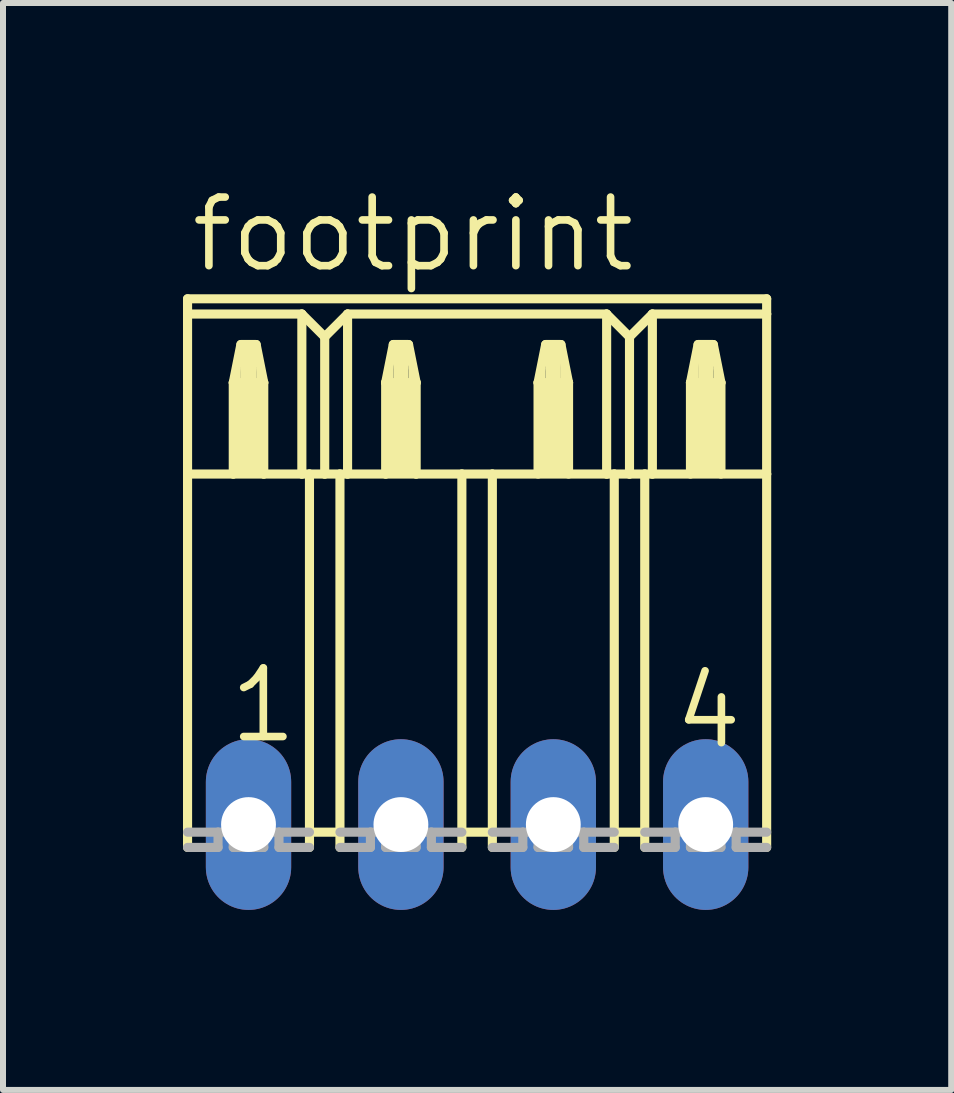
<source format=kicad_pcb>
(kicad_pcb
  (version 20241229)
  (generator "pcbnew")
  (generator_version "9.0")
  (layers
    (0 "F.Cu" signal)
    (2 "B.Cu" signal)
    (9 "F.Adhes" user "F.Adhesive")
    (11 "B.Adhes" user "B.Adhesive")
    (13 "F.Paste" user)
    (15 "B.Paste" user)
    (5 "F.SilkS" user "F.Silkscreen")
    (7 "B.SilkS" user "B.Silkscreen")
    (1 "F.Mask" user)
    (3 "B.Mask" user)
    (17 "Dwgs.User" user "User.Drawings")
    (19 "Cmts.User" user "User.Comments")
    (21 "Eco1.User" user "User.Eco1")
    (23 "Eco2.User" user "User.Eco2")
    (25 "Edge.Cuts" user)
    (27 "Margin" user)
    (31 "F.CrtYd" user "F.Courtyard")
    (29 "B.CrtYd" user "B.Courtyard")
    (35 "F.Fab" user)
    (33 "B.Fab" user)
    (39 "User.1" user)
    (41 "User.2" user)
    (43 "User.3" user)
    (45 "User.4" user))
  (footprint "footprint"
    (layer "F.Cu")
    (at 4.902 10.693)
    (property "Reference" "footprint" (at -4.826 -9.169 0) (layer "F.SilkS") (effects (font (size 1.143 1.143) (thickness 0.127)) (justify left bottom)))
    (fp_line (start -4.826 -8.763) (end -4.826 -8.509) (stroke (width 0.152) (type solid)) (layer "F.SilkS"))
    (fp_line (start -4.826 -8.763) (end 4.826 -8.763) (stroke (width 0.152) (type solid)) (layer "F.SilkS"))
    (fp_line (start -4.826 -8.509) (end -4.826 -5.842) (stroke (width 0.152) (type solid)) (layer "F.SilkS"))
    (fp_line (start -4.826 -8.509) (end -2.921 -8.509) (stroke (width 0.152) (type solid)) (layer "F.SilkS"))
    (fp_line (start -4.826 -5.842) (end -4.826 0.381) (stroke (width 0.152) (type solid)) (layer "F.SilkS"))
    (fp_line (start -4.826 -5.842) (end -4.064 -5.842) (stroke (width 0.152) (type solid)) (layer "F.SilkS"))
    (fp_line (start -4.064 -7.366) (end -4.064 -5.842) (stroke (width 0.152) (type solid)) (layer "F.SilkS"))
    (fp_line (start -4.064 -7.366) (end -3.937 -8.001) (stroke (width 0.152) (type solid)) (layer "F.SilkS"))
    (fp_line (start -4.064 -5.842) (end -3.556 -5.842) (stroke (width 0.152) (type solid)) (layer "F.SilkS"))
    (fp_line (start -3.937 -8.001) (end -3.683 -8.001) (stroke (width 0.152) (type solid)) (layer "F.SilkS"))
    (fp_line (start -3.683 -8.001) (end -3.556 -7.366) (stroke (width 0.152) (type solid)) (layer "F.SilkS"))
    (fp_line (start -3.556 -7.366) (end -4.064 -7.366) (stroke (width 0.152) (type solid)) (layer "F.SilkS"))
    (fp_line (start -3.556 -7.366) (end -3.556 -5.842) (stroke (width 0.152) (type solid)) (layer "F.SilkS"))
    (fp_line (start -3.556 -5.842) (end -2.921 -5.842) (stroke (width 0.152) (type solid)) (layer "F.SilkS"))
    (fp_line (start -2.921 -8.509) (end -2.921 -5.842) (stroke (width 0.152) (type solid)) (layer "F.SilkS"))
    (fp_line (start -2.921 -8.509) (end -2.54 -8.128) (stroke (width 0.152) (type solid)) (layer "F.SilkS"))
    (fp_line (start -2.921 -5.842) (end -2.794 -5.842) (stroke (width 0.152) (type solid)) (layer "F.SilkS"))
    (fp_line (start -2.794 -5.842) (end -2.794 0.127) (stroke (width 0.152) (type solid)) (layer "F.SilkS"))
    (fp_line (start -2.794 -5.842) (end -2.54 -5.842) (stroke (width 0.152) (type solid)) (layer "F.SilkS"))
    (fp_line (start -2.794 0.127) (end -2.794 0.381) (stroke (width 0.152) (type solid)) (layer "F.SilkS"))
    (fp_line (start -2.54 -8.128) (end -2.54 -5.842) (stroke (width 0.152) (type solid)) (layer "F.SilkS"))
    (fp_line (start -2.54 -8.128) (end -2.159 -8.509) (stroke (width 0.152) (type solid)) (layer "F.SilkS"))
    (fp_line (start -2.54 -5.842) (end -2.286 -5.842) (stroke (width 0.152) (type solid)) (layer "F.SilkS"))
    (fp_line (start -2.286 -5.842) (end -2.286 0.127) (stroke (width 0.152) (type solid)) (layer "F.SilkS"))
    (fp_line (start -2.286 -5.842) (end -2.159 -5.842) (stroke (width 0.152) (type solid)) (layer "F.SilkS"))
    (fp_line (start -2.286 0.127) (end -2.794 0.127) (stroke (width 0.152) (type solid)) (layer "F.SilkS"))
    (fp_line (start -2.286 0.127) (end -2.286 0.381) (stroke (width 0.152) (type solid)) (layer "F.SilkS"))
    (fp_line (start -2.159 -8.509) (end -2.159 -5.842) (stroke (width 0.152) (type solid)) (layer "F.SilkS"))
    (fp_line (start -2.159 -8.509) (end 2.159 -8.509) (stroke (width 0.152) (type solid)) (layer "F.SilkS"))
    (fp_line (start -2.159 -5.842) (end -1.524 -5.842) (stroke (width 0.152) (type solid)) (layer "F.SilkS"))
    (fp_line (start -1.524 -7.366) (end -1.524 -5.842) (stroke (width 0.152) (type solid)) (layer "F.SilkS"))
    (fp_line (start -1.524 -7.366) (end -1.397 -8.001) (stroke (width 0.152) (type solid)) (layer "F.SilkS"))
    (fp_line (start -1.524 -5.842) (end -1.016 -5.842) (stroke (width 0.152) (type solid)) (layer "F.SilkS"))
    (fp_line (start -1.397 -8.001) (end -1.143 -8.001) (stroke (width 0.152) (type solid)) (layer "F.SilkS"))
    (fp_line (start -1.143 -8.001) (end -1.016 -7.366) (stroke (width 0.152) (type solid)) (layer "F.SilkS"))
    (fp_line (start -1.016 -7.366) (end -1.524 -7.366) (stroke (width 0.152) (type solid)) (layer "F.SilkS"))
    (fp_line (start -1.016 -7.366) (end -1.016 -5.842) (stroke (width 0.152) (type solid)) (layer "F.SilkS"))
    (fp_line (start -1.016 -5.842) (end -0.254 -5.842) (stroke (width 0.152) (type solid)) (layer "F.SilkS"))
    (fp_line (start -0.254 -5.842) (end -0.254 0.127) (stroke (width 0.152) (type solid)) (layer "F.SilkS"))
    (fp_line (start -0.254 -5.842) (end 0.254 -5.842) (stroke (width 0.152) (type solid)) (layer "F.SilkS"))
    (fp_line (start -0.254 0.127) (end -0.254 0.381) (stroke (width 0.152) (type solid)) (layer "F.SilkS"))
    (fp_line (start 0.254 -5.842) (end 0.254 0.127) (stroke (width 0.152) (type solid)) (layer "F.SilkS"))
    (fp_line (start 0.254 -5.842) (end 2.159 -5.842) (stroke (width 0.152) (type solid)) (layer "F.SilkS"))
    (fp_line (start 0.254 0.127) (end -0.254 0.127) (stroke (width 0.152) (type solid)) (layer "F.SilkS"))
    (fp_line (start 0.254 0.127) (end 0.254 0.381) (stroke (width 0.152) (type solid)) (layer "F.SilkS"))
    (fp_line (start 1.016 -7.366) (end 1.016 -5.842) (stroke (width 0.152) (type solid)) (layer "F.SilkS"))
    (fp_line (start 1.016 -7.366) (end 1.143 -8.001) (stroke (width 0.152) (type solid)) (layer "F.SilkS"))
    (fp_line (start 1.143 -8.001) (end 1.397 -8.001) (stroke (width 0.152) (type solid)) (layer "F.SilkS"))
    (fp_line (start 1.397 -8.001) (end 1.524 -7.366) (stroke (width 0.152) (type solid)) (layer "F.SilkS"))
    (fp_line (start 1.524 -7.366) (end 1.016 -7.366) (stroke (width 0.152) (type solid)) (layer "F.SilkS"))
    (fp_line (start 1.524 -7.366) (end 1.524 -5.842) (stroke (width 0.152) (type solid)) (layer "F.SilkS"))
    (fp_line (start 2.159 -8.509) (end 2.159 -5.842) (stroke (width 0.152) (type solid)) (layer "F.SilkS"))
    (fp_line (start 2.159 -8.509) (end 2.54 -8.128) (stroke (width 0.152) (type solid)) (layer "F.SilkS"))
    (fp_line (start 2.159 -5.842) (end 2.286 -5.842) (stroke (width 0.152) (type solid)) (layer "F.SilkS"))
    (fp_line (start 2.286 -5.842) (end 2.286 0.127) (stroke (width 0.152) (type solid)) (layer "F.SilkS"))
    (fp_line (start 2.286 -5.842) (end 2.54 -5.842) (stroke (width 0.152) (type solid)) (layer "F.SilkS"))
    (fp_line (start 2.286 0.127) (end 2.286 0.381) (stroke (width 0.152) (type solid)) (layer "F.SilkS"))
    (fp_line (start 2.54 -8.128) (end 2.54 -5.842) (stroke (width 0.152) (type solid)) (layer "F.SilkS"))
    (fp_line (start 2.54 -8.128) (end 2.921 -8.509) (stroke (width 0.152) (type solid)) (layer "F.SilkS"))
    (fp_line (start 2.54 -5.842) (end 2.794 -5.842) (stroke (width 0.152) (type solid)) (layer "F.SilkS"))
    (fp_line (start 2.794 -5.842) (end 2.794 0.127) (stroke (width 0.152) (type solid)) (layer "F.SilkS"))
    (fp_line (start 2.794 -5.842) (end 2.921 -5.842) (stroke (width 0.152) (type solid)) (layer "F.SilkS"))
    (fp_line (start 2.794 0.127) (end 2.286 0.127) (stroke (width 0.152) (type solid)) (layer "F.SilkS"))
    (fp_line (start 2.794 0.127) (end 2.794 0.381) (stroke (width 0.152) (type solid)) (layer "F.SilkS"))
    (fp_line (start 2.921 -8.509) (end 2.921 -5.842) (stroke (width 0.152) (type solid)) (layer "F.SilkS"))
    (fp_line (start 2.921 -8.509) (end 4.826 -8.509) (stroke (width 0.152) (type solid)) (layer "F.SilkS"))
    (fp_line (start 2.921 -5.842) (end 4.826 -5.842) (stroke (width 0.152) (type solid)) (layer "F.SilkS"))
    (fp_line (start 3.556 -7.366) (end 3.556 -5.842) (stroke (width 0.152) (type solid)) (layer "F.SilkS"))
    (fp_line (start 3.556 -7.366) (end 3.683 -8.001) (stroke (width 0.152) (type solid)) (layer "F.SilkS"))
    (fp_line (start 3.683 -8.001) (end 3.937 -8.001) (stroke (width 0.152) (type solid)) (layer "F.SilkS"))
    (fp_line (start 3.937 -8.001) (end 4.064 -7.366) (stroke (width 0.152) (type solid)) (layer "F.SilkS"))
    (fp_line (start 4.064 -7.366) (end 3.556 -7.366) (stroke (width 0.152) (type solid)) (layer "F.SilkS"))
    (fp_line (start 4.064 -7.366) (end 4.064 -5.842) (stroke (width 0.152) (type solid)) (layer "F.SilkS"))
    (fp_line (start 4.826 -8.509) (end 4.826 -8.763) (stroke (width 0.152) (type solid)) (layer "F.SilkS"))
    (fp_line (start 4.826 -8.509) (end 4.826 -5.842) (stroke (width 0.152) (type solid)) (layer "F.SilkS"))
    (fp_line (start 4.826 -5.842) (end 4.826 0.381) (stroke (width 0.152) (type solid)) (layer "F.SilkS"))
    (fp_poly (pts (xy -4.064 -7.366) (xy -3.937 -7.366) (xy -3.937 -7.62) (xy -4.064 -7.62)) (stroke (width 0) (type solid)) (fill yes) (layer "F.SilkS"))
    (fp_poly (pts (xy -4.064 -5.842) (xy -3.556 -5.842) (xy -3.556 -7.366) (xy -4.064 -7.366)) (stroke (width 0) (type solid)) (fill yes) (layer "F.SilkS"))
    (fp_poly (pts (xy -3.937 -7.366) (xy -3.683 -7.366) (xy -3.683 -8.001) (xy -3.937 -8.001)) (stroke (width 0) (type solid)) (fill yes) (layer "F.SilkS"))
    (fp_poly (pts (xy -3.683 -7.366) (xy -3.556 -7.366) (xy -3.556 -7.62) (xy -3.683 -7.62)) (stroke (width 0) (type solid)) (fill yes) (layer "F.SilkS"))
    (fp_poly (pts (xy -1.524 -7.366) (xy -1.397 -7.366) (xy -1.397 -7.62) (xy -1.524 -7.62)) (stroke (width 0) (type solid)) (fill yes) (layer "F.SilkS"))
    (fp_poly (pts (xy -1.524 -5.842) (xy -1.016 -5.842) (xy -1.016 -7.366) (xy -1.524 -7.366)) (stroke (width 0) (type solid)) (fill yes) (layer "F.SilkS"))
    (fp_poly (pts (xy -1.397 -7.366) (xy -1.143 -7.366) (xy -1.143 -8.001) (xy -1.397 -8.001)) (stroke (width 0) (type solid)) (fill yes) (layer "F.SilkS"))
    (fp_poly (pts (xy -1.143 -7.366) (xy -1.016 -7.366) (xy -1.016 -7.62) (xy -1.143 -7.62)) (stroke (width 0) (type solid)) (fill yes) (layer "F.SilkS"))
    (fp_poly (pts (xy 1.016 -7.366) (xy 1.143 -7.366) (xy 1.143 -7.62) (xy 1.016 -7.62)) (stroke (width 0) (type solid)) (fill yes) (layer "F.SilkS"))
    (fp_poly (pts (xy 1.016 -5.842) (xy 1.524 -5.842) (xy 1.524 -7.366) (xy 1.016 -7.366)) (stroke (width 0) (type solid)) (fill yes) (layer "F.SilkS"))
    (fp_poly (pts (xy 1.143 -7.366) (xy 1.397 -7.366) (xy 1.397 -8.001) (xy 1.143 -8.001)) (stroke (width 0) (type solid)) (fill yes) (layer "F.SilkS"))
    (fp_poly (pts (xy 1.397 -7.366) (xy 1.524 -7.366) (xy 1.524 -7.62) (xy 1.397 -7.62)) (stroke (width 0) (type solid)) (fill yes) (layer "F.SilkS"))
    (fp_poly (pts (xy 3.556 -7.366) (xy 3.683 -7.366) (xy 3.683 -7.62) (xy 3.556 -7.62)) (stroke (width 0) (type solid)) (fill yes) (layer "F.SilkS"))
    (fp_poly (pts (xy 3.556 -5.842) (xy 4.064 -5.842) (xy 4.064 -7.366) (xy 3.556 -7.366)) (stroke (width 0) (type solid)) (fill yes) (layer "F.SilkS"))
    (fp_poly (pts (xy 3.683 -7.366) (xy 3.937 -7.366) (xy 3.937 -8.001) (xy 3.683 -8.001)) (stroke (width 0) (type solid)) (fill yes) (layer "F.SilkS"))
    (fp_poly (pts (xy 3.937 -7.366) (xy 4.064 -7.366) (xy 4.064 -7.62) (xy 3.937 -7.62)) (stroke (width 0) (type solid)) (fill yes) (layer "F.SilkS"))
    (fp_line (start -4.826 0.127) (end -4.318 0.127) (stroke (width 0.152) (type solid)) (layer "F.Fab"))
    (fp_line (start -4.318 0.381) (end -4.826 0.381) (stroke (width 0.152) (type solid)) (layer "F.Fab"))
    (fp_line (start -4.318 0.381) (end -4.318 0.127) (stroke (width 0.152) (type solid)) (layer "F.Fab"))
    (fp_line (start -4.064 0.127) (end -4.318 0.127) (stroke (width 0.152) (type solid)) (layer "F.Fab"))
    (fp_line (start -4.064 0.381) (end -4.064 0.127) (stroke (width 0.152) (type solid)) (layer "F.Fab"))
    (fp_line (start -3.556 0.381) (end -4.064 0.381) (stroke (width 0.152) (type solid)) (layer "F.Fab"))
    (fp_line (start -3.556 0.381) (end -3.556 0.127) (stroke (width 0.152) (type solid)) (layer "F.Fab"))
    (fp_line (start -3.302 0.127) (end -3.556 0.127) (stroke (width 0.152) (type solid)) (layer "F.Fab"))
    (fp_line (start -3.302 0.381) (end -3.302 0.127) (stroke (width 0.152) (type solid)) (layer "F.Fab"))
    (fp_line (start -2.794 0.127) (end -3.302 0.127) (stroke (width 0.152) (type solid)) (layer "F.Fab"))
    (fp_line (start -2.794 0.381) (end -3.302 0.381) (stroke (width 0.152) (type solid)) (layer "F.Fab"))
    (fp_line (start -2.286 0.127) (end -1.778 0.127) (stroke (width 0.152) (type solid)) (layer "F.Fab"))
    (fp_line (start -1.778 0.381) (end -2.286 0.381) (stroke (width 0.152) (type solid)) (layer "F.Fab"))
    (fp_line (start -1.778 0.381) (end -1.778 0.127) (stroke (width 0.152) (type solid)) (layer "F.Fab"))
    (fp_line (start -1.524 0.127) (end -1.778 0.127) (stroke (width 0.152) (type solid)) (layer "F.Fab"))
    (fp_line (start -1.524 0.381) (end -1.524 0.127) (stroke (width 0.152) (type solid)) (layer "F.Fab"))
    (fp_line (start -1.016 0.381) (end -1.524 0.381) (stroke (width 0.152) (type solid)) (layer "F.Fab"))
    (fp_line (start -1.016 0.381) (end -1.016 0.127) (stroke (width 0.152) (type solid)) (layer "F.Fab"))
    (fp_line (start -0.762 0.127) (end -1.016 0.127) (stroke (width 0.152) (type solid)) (layer "F.Fab"))
    (fp_line (start -0.762 0.381) (end -0.762 0.127) (stroke (width 0.152) (type solid)) (layer "F.Fab"))
    (fp_line (start -0.254 0.127) (end -0.762 0.127) (stroke (width 0.152) (type solid)) (layer "F.Fab"))
    (fp_line (start -0.254 0.381) (end -0.762 0.381) (stroke (width 0.152) (type solid)) (layer "F.Fab"))
    (fp_line (start 0.254 0.127) (end 0.762 0.127) (stroke (width 0.152) (type solid)) (layer "F.Fab"))
    (fp_line (start 0.762 0.381) (end 0.254 0.381) (stroke (width 0.152) (type solid)) (layer "F.Fab"))
    (fp_line (start 0.762 0.381) (end 0.762 0.127) (stroke (width 0.152) (type solid)) (layer "F.Fab"))
    (fp_line (start 1.016 0.127) (end 0.762 0.127) (stroke (width 0.152) (type solid)) (layer "F.Fab"))
    (fp_line (start 1.016 0.381) (end 1.016 0.127) (stroke (width 0.152) (type solid)) (layer "F.Fab"))
    (fp_line (start 1.524 0.381) (end 1.016 0.381) (stroke (width 0.152) (type solid)) (layer "F.Fab"))
    (fp_line (start 1.524 0.381) (end 1.524 0.127) (stroke (width 0.152) (type solid)) (layer "F.Fab"))
    (fp_line (start 1.778 0.127) (end 1.524 0.127) (stroke (width 0.152) (type solid)) (layer "F.Fab"))
    (fp_line (start 1.778 0.381) (end 1.778 0.127) (stroke (width 0.152) (type solid)) (layer "F.Fab"))
    (fp_line (start 2.286 0.127) (end 1.778 0.127) (stroke (width 0.152) (type solid)) (layer "F.Fab"))
    (fp_line (start 2.286 0.381) (end 1.778 0.381) (stroke (width 0.152) (type solid)) (layer "F.Fab"))
    (fp_line (start 2.794 0.127) (end 3.302 0.127) (stroke (width 0.152) (type solid)) (layer "F.Fab"))
    (fp_line (start 3.302 0.381) (end 2.794 0.381) (stroke (width 0.152) (type solid)) (layer "F.Fab"))
    (fp_line (start 3.302 0.381) (end 3.302 0.127) (stroke (width 0.152) (type solid)) (layer "F.Fab"))
    (fp_line (start 3.556 0.127) (end 3.302 0.127) (stroke (width 0.152) (type solid)) (layer "F.Fab"))
    (fp_line (start 3.556 0.381) (end 3.556 0.127) (stroke (width 0.152) (type solid)) (layer "F.Fab"))
    (fp_line (start 4.064 0.381) (end 3.556 0.381) (stroke (width 0.152) (type solid)) (layer "F.Fab"))
    (fp_line (start 4.064 0.381) (end 4.064 0.127) (stroke (width 0.152) (type solid)) (layer "F.Fab"))
    (fp_line (start 4.318 0.127) (end 4.064 0.127) (stroke (width 0.152) (type solid)) (layer "F.Fab"))
    (fp_line (start 4.318 0.381) (end 4.318 0.127) (stroke (width 0.152) (type solid)) (layer "F.Fab"))
    (fp_line (start 4.826 0.127) (end 4.318 0.127) (stroke (width 0.152) (type solid)) (layer "F.Fab"))
    (fp_line (start 4.826 0.381) (end 4.318 0.381) (stroke (width 0.152) (type solid)) (layer "F.Fab"))
    (fp_text user "1" (at -4.191 -1.321 0) (layer "F.SilkS") (effects (font (size 1.143 1.143) (thickness 0.127)) (justify left bottom)))
    (fp_text user "4" (at 3.226 -1.219 0) (layer "F.SilkS") (effects (font (size 1.143 1.143) (thickness 0.127)) (justify left bottom)))
    (pad "1" thru_hole oval (at -3.81 0 90) (size 2.845 1.422) (drill 0.914) (layers "*.Cu" "*.Mask"))
    (pad "2" thru_hole oval (at -1.27 0 90) (size 2.845 1.422) (drill 0.914) (layers "*.Cu" "*.Mask"))
    (pad "3" thru_hole oval (at 1.27 0 90) (size 2.845 1.422) (drill 0.914) (layers "*.Cu" "*.Mask"))
    (pad "4" thru_hole oval (at 3.81 0 90) (size 2.845 1.422) (drill 0.914) (layers "*.Cu" "*.Mask")))
  (gr_rect
    (start -3 -3)
    (end 12.804 15.116)
    (stroke (width 0.1) (type default))
    (fill no)
    (layer "Edge.Cuts")))
</source>
